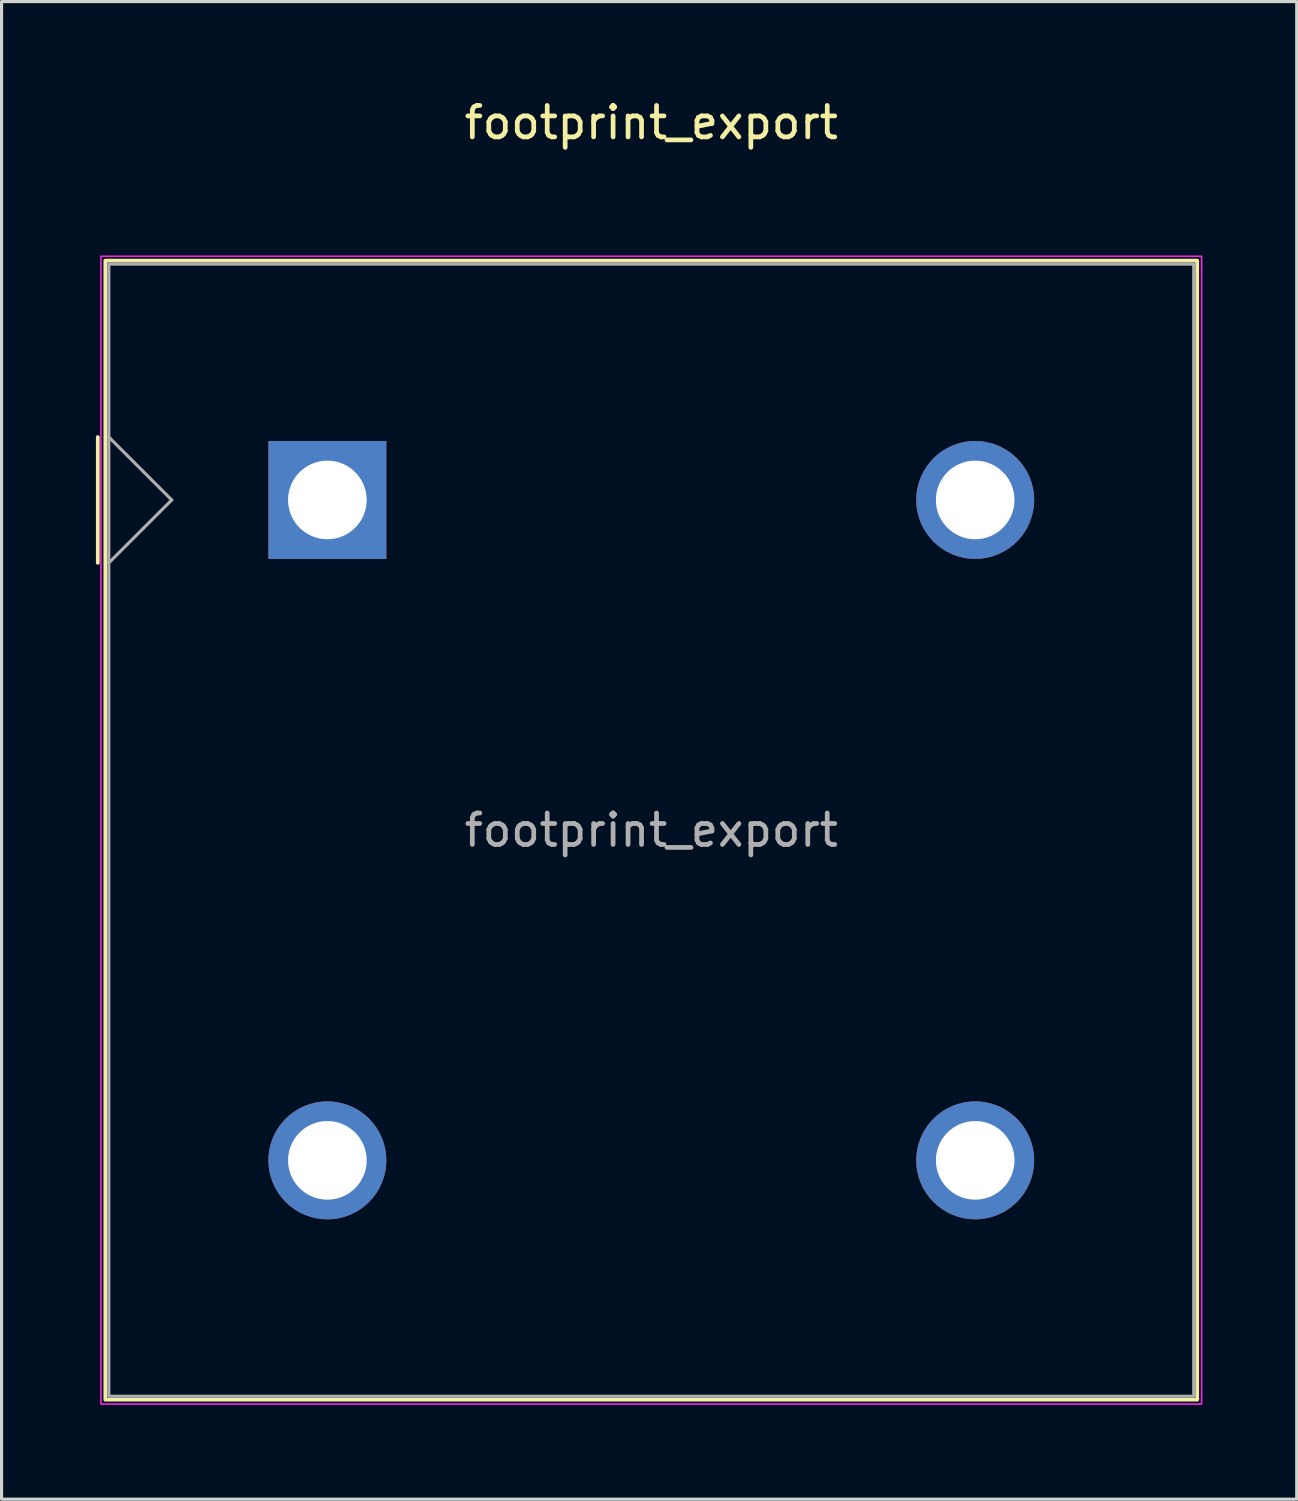
<source format=kicad_pcb>
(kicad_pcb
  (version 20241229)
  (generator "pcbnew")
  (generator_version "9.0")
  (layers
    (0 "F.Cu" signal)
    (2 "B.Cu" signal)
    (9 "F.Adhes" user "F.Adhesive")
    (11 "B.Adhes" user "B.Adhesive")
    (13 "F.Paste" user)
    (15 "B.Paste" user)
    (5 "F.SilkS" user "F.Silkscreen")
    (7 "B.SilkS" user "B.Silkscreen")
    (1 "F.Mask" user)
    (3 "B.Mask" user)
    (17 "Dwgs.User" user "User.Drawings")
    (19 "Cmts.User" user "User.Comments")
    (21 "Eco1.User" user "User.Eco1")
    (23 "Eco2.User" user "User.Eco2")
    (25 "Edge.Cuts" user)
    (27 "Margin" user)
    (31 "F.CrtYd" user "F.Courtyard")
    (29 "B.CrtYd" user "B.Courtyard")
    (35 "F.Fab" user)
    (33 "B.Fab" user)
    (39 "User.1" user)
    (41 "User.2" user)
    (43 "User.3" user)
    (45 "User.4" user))
  (footprint "footprint_export"
    (layer "F.Cu")
    (at 7.36 12.848)
    (property "Reference" "footprint_export" (at 10.3 -12 0) (unlocked yes) (layer "F.SilkS") (effects (font (size 1 1) (thickness 0.15))))
    (attr through_hole)
    (fp_line (start -7.3 -2) (end -7.3 2) (stroke (width 0.12) (type solid)) (layer "F.SilkS"))
    (fp_rect (start -7.06 -7.61) (end 27.66 28.61) (stroke (width 0.12) (type solid)) (fill no) (layer "F.SilkS"))
    (fp_rect (start -7.2 -7.75) (end 27.8 28.75) (stroke (width 0.05) (type solid)) (fill no) (layer "F.CrtYd"))
    (fp_line (start -6.95 -2) (end -4.95 0) (stroke (width 0.1) (type solid)) (layer "F.Fab"))
    (fp_line (start -4.95 0) (end -6.95 2) (stroke (width 0.1) (type solid)) (layer "F.Fab"))
    (fp_rect (start -6.95 -7.5) (end 27.55 28.5) (stroke (width 0.1) (type solid)) (fill no) (layer "F.Fab"))
    (fp_text user "${REFERENCE}" (at 10.3 10.5 0) (unlocked yes) (layer "F.Fab") (effects (font (size 1 1) (thickness 0.15))))
    (pad "" thru_hole circle (at 0 21) (size 3.75 3.75) (drill 2.5) (layers "*.Cu" "*.Mask"))
    (pad "" thru_hole circle (at 20.6 0) (size 3.75 3.75) (drill 2.5) (layers "*.Cu" "*.Mask"))
    (pad "1" thru_hole rect (at 0 0) (size 3.75 3.75) (drill 2.5) (layers "*.Cu" "*.Mask"))
    (pad "2" thru_hole circle (at 20.6 21) (size 3.75 3.75) (drill 2.5) (layers "*.Cu" "*.Mask")))
  (gr_rect
    (start -3 -3)
    (end 38.185 44.623)
    (stroke (width 0.1) (type default))
    (fill no)
    (layer "Edge.Cuts")))
</source>
